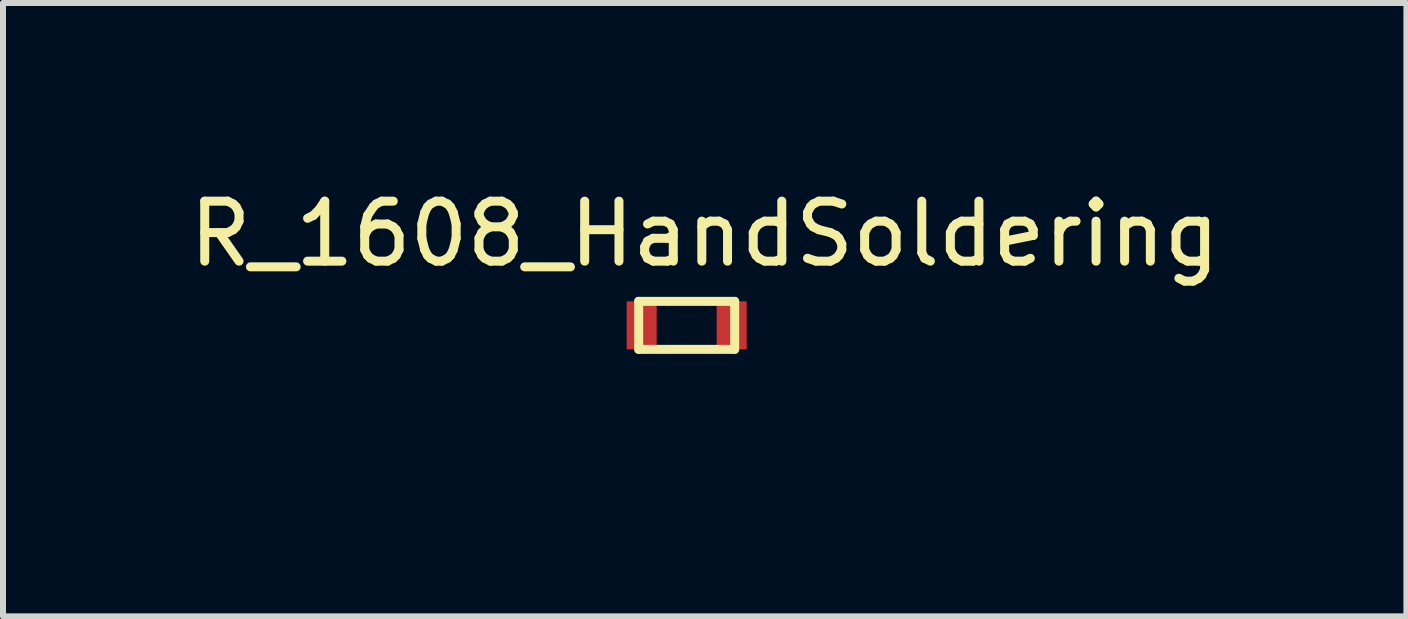
<source format=kicad_pcb>
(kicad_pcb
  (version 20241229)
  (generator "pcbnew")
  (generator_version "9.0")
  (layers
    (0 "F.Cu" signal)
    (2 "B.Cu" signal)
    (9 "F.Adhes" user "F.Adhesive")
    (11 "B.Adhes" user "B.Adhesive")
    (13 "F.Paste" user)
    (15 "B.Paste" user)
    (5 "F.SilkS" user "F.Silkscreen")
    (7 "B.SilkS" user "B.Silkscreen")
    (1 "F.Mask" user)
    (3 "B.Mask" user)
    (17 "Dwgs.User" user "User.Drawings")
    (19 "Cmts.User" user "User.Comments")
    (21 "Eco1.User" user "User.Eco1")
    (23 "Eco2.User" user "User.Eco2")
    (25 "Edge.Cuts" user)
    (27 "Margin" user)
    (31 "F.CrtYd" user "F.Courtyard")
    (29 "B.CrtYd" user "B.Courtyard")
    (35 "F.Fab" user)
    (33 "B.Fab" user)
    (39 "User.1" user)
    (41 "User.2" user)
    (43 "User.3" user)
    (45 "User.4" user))
  (footprint "R_1608_HandSoldering"
    (layer "F.Cu")
    (at 6.246 3.973)
    (property "Reference" "R_1608_HandSoldering" (at 2.45 -3.125 0) (layer "F.SilkS") (effects (font (size 1 1) (thickness 0.15))))
    (attr through_hole)
    (fp_line (start 1.35 -2) (end 1.35 -1.2) (stroke (width 0.15) (type solid)) (layer "F.SilkS"))
    (fp_line (start 1.35 -2) (end 2.95 -2) (stroke (width 0.15) (type solid)) (layer "F.SilkS"))
    (fp_line (start 1.35 -1.2) (end 2.95 -1.2) (stroke (width 0.15) (type solid)) (layer "F.SilkS"))
    (fp_line (start 2.95 -2) (end 2.95 -1.2) (stroke (width 0.15) (type solid)) (layer "F.SilkS"))
    (pad "1" smd rect (at 1.4 -1.6) (size 0.5 0.8) (layers "F.Cu" "F.Mask" "F.Paste"))
    (pad "2" smd rect (at 2.9 -1.6) (size 0.5 0.8) (layers "F.Cu" "F.Mask" "F.Paste")))
  (gr_rect
    (start -3 -3)
    (end 20.393 7.223)
    (stroke (width 0.1) (type default))
    (fill no)
    (layer "Edge.Cuts")))
</source>
